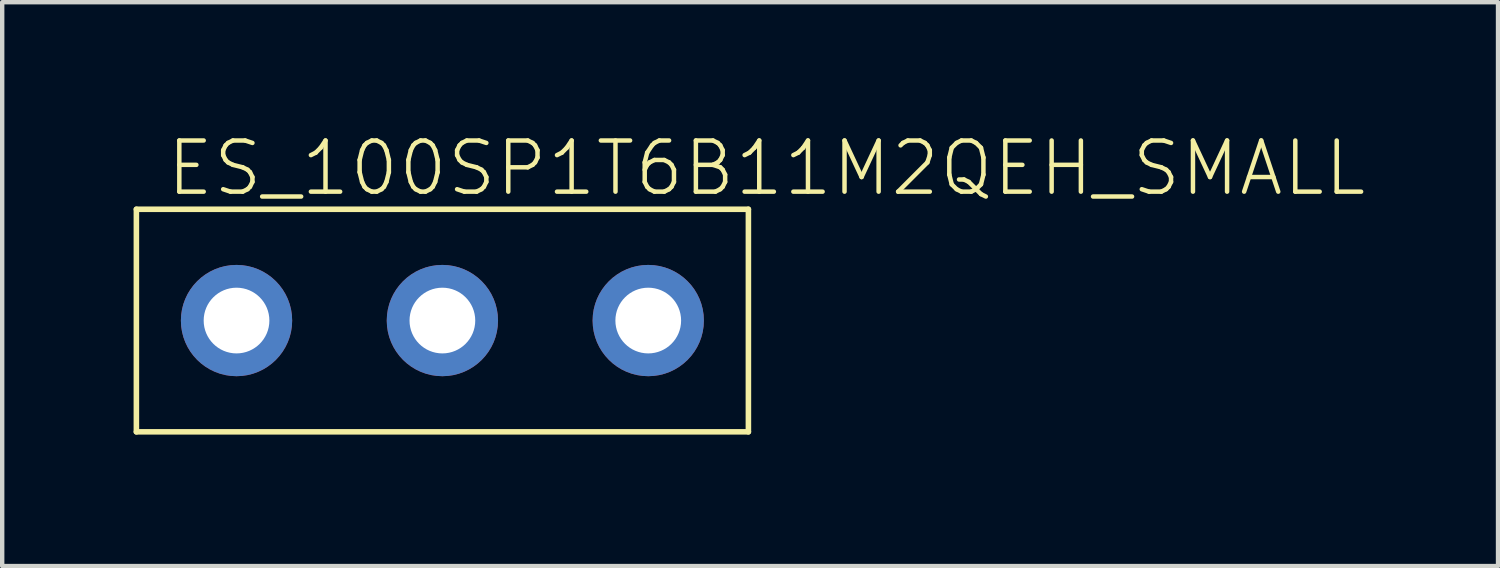
<source format=kicad_pcb>
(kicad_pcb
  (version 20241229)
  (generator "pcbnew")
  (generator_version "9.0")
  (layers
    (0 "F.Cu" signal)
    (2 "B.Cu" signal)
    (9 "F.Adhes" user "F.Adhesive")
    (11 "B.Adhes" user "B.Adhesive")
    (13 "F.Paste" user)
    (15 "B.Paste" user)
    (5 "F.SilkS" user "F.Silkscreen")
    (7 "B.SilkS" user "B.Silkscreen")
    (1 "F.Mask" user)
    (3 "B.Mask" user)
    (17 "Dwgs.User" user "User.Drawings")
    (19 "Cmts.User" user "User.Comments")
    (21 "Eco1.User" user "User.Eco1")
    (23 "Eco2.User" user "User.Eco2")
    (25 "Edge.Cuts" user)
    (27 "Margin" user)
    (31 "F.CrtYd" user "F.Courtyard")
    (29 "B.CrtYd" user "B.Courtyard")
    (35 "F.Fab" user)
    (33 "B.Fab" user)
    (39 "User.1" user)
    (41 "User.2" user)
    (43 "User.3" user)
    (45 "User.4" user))
  (footprint "ES_100SP1T6B11M2QEH_SMALL"
    (layer "F.Cu")
    (at 7.048 4.267)
    (property "Reference" "ES_100SP1T6B11M2QEH_SMALL" (at -6.35 -2.794 0) (layer "F.SilkS") (effects (font (size 1.168 1.168) (thickness 0.102)) (justify left bottom)))
    (fp_line (start -6.985 -2.54) (end -6.985 2.54) (stroke (width 0.127) (type solid)) (layer "F.SilkS"))
    (fp_line (start -6.985 2.54) (end 6.985 2.54) (stroke (width 0.127) (type solid)) (layer "F.SilkS"))
    (fp_line (start 6.985 -2.54) (end -6.985 -2.54) (stroke (width 0.127) (type solid)) (layer "F.SilkS"))
    (fp_line (start 6.985 2.54) (end 6.985 -2.54) (stroke (width 0.127) (type solid)) (layer "F.SilkS"))
    (pad "O" thru_hole circle (at -4.699 0) (size 2.54 2.54) (drill 1.5) (layers "*.Cu" "*.Mask"))
    (pad "P" thru_hole circle (at 0 0) (size 2.54 2.54) (drill 1.5) (layers "*.Cu" "*.Mask"))
    (pad "S" thru_hole circle (at 4.699 0) (size 2.54 2.54) (drill 1.5) (layers "*.Cu" "*.Mask")))
  (gr_rect
    (start -3 -3)
    (end 31.144 9.871)
    (stroke (width 0.1) (type default))
    (fill no)
    (layer "Edge.Cuts")))
</source>
